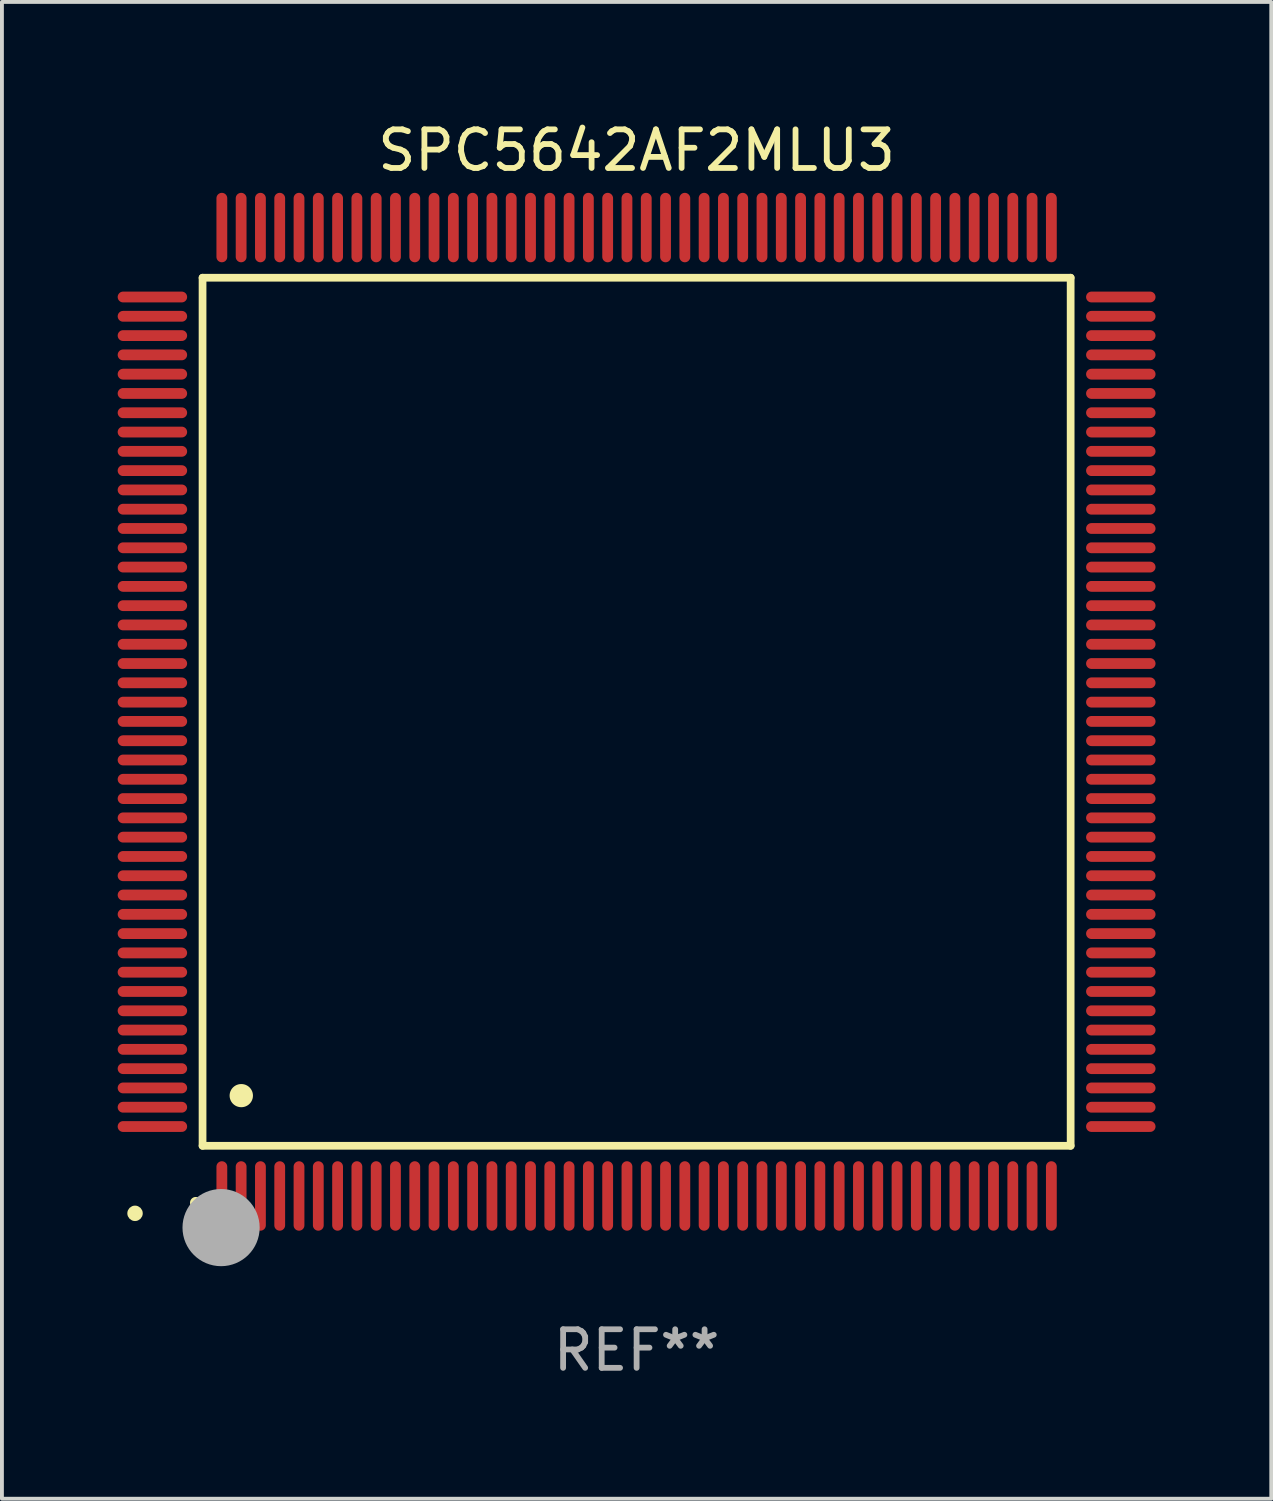
<source format=kicad_pcb>
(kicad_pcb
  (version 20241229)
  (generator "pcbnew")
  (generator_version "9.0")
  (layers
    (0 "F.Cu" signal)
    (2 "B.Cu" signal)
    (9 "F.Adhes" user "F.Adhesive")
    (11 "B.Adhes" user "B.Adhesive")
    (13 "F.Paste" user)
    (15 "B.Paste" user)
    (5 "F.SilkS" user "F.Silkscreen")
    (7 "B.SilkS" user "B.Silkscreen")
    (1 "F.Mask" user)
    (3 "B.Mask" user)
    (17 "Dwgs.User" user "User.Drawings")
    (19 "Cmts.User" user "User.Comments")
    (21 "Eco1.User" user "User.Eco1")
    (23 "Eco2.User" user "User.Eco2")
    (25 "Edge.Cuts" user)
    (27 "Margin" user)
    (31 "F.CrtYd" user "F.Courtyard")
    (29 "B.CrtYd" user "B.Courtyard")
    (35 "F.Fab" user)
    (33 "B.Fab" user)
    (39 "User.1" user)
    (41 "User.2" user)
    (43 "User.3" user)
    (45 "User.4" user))
  (footprint "SPC5642AF2MLU3"
    (layer "F.Cu")
    (at 13.45 15.398)
    (property "Reference" "SPC5642AF2MLU3" (at 0 -14.55 0) (layer "F.SilkS") (effects (font (size 1 1) (thickness 0.15))))
    (attr through_hole)
    (fp_line (start -11.25 -11.25) (end 11.25 -11.25) (stroke (width 0.2) (type solid)) (layer "F.SilkS"))
    (fp_line (start -11.25 11.25) (end -11.25 -11.25) (stroke (width 0.2) (type solid)) (layer "F.SilkS"))
    (fp_line (start 11.25 -11.25) (end 11.25 11.25) (stroke (width 0.2) (type solid)) (layer "F.SilkS"))
    (fp_line (start 11.25 11.25) (end -11.25 11.25) (stroke (width 0.2) (type solid)) (layer "F.SilkS"))
    (fp_arc (start -11.424943 12.725425) (mid -11.423673 12.72542) (end -11.422403 12.725425) (stroke (width 0.3) (type solid)) (layer "F.SilkS"))
    (fp_arc (start -10.24892 9.9492) (mid -10.24638 9.949189) (end -10.24384 9.9492) (stroke (width 0.6) (type solid)) (layer "F.SilkS"))
    (fp_circle (center -13 13) (end -12.9 13) (stroke (width 0.2) (type solid)) (fill no) (layer "F.SilkS"))
    (fp_circle (center -10.77 13.37) (end -10.27 13.37) (stroke (width 1) (type solid)) (fill no) (layer "F.Fab"))
    (fp_text user "REF**" (at 0 16.55 0) (layer "F.Fab") (effects (font (size 1 1) (thickness 0.15))))
    (pad "1" smd oval (at -10.75 12.55) (size 0.28 1.8) (layers "F.Cu" "F.Mask" "F.Paste"))
    (pad "2" smd oval (at -10.25 12.55) (size 0.28 1.8) (layers "F.Cu" "F.Mask" "F.Paste"))
    (pad "3" smd oval (at -9.75 12.55) (size 0.28 1.8) (layers "F.Cu" "F.Mask" "F.Paste"))
    (pad "4" smd oval (at -9.25 12.55) (size 0.28 1.8) (layers "F.Cu" "F.Mask" "F.Paste"))
    (pad "5" smd oval (at -8.75 12.55) (size 0.28 1.8) (layers "F.Cu" "F.Mask" "F.Paste"))
    (pad "6" smd oval (at -8.25 12.55) (size 0.28 1.8) (layers "F.Cu" "F.Mask" "F.Paste"))
    (pad "7" smd oval (at -7.75 12.55) (size 0.28 1.8) (layers "F.Cu" "F.Mask" "F.Paste"))
    (pad "8" smd oval (at -7.25 12.55) (size 0.28 1.8) (layers "F.Cu" "F.Mask" "F.Paste"))
    (pad "9" smd oval (at -6.75 12.55) (size 0.28 1.8) (layers "F.Cu" "F.Mask" "F.Paste"))
    (pad "10" smd oval (at -6.25 12.55) (size 0.28 1.8) (layers "F.Cu" "F.Mask" "F.Paste"))
    (pad "11" smd oval (at -5.75 12.55) (size 0.28 1.8) (layers "F.Cu" "F.Mask" "F.Paste"))
    (pad "12" smd oval (at -5.25 12.55) (size 0.28 1.8) (layers "F.Cu" "F.Mask" "F.Paste"))
    (pad "13" smd oval (at -4.75 12.55) (size 0.28 1.8) (layers "F.Cu" "F.Mask" "F.Paste"))
    (pad "14" smd oval (at -4.25 12.55) (size 0.28 1.8) (layers "F.Cu" "F.Mask" "F.Paste"))
    (pad "15" smd oval (at -3.75 12.55) (size 0.28 1.8) (layers "F.Cu" "F.Mask" "F.Paste"))
    (pad "16" smd oval (at -3.25 12.55) (size 0.28 1.8) (layers "F.Cu" "F.Mask" "F.Paste"))
    (pad "17" smd oval (at -2.75 12.55) (size 0.28 1.8) (layers "F.Cu" "F.Mask" "F.Paste"))
    (pad "18" smd oval (at -2.25 12.55) (size 0.28 1.8) (layers "F.Cu" "F.Mask" "F.Paste"))
    (pad "19" smd oval (at -1.75 12.55) (size 0.28 1.8) (layers "F.Cu" "F.Mask" "F.Paste"))
    (pad "20" smd oval (at -1.25 12.55) (size 0.28 1.8) (layers "F.Cu" "F.Mask" "F.Paste"))
    (pad "21" smd oval (at -0.75 12.55) (size 0.28 1.8) (layers "F.Cu" "F.Mask" "F.Paste"))
    (pad "22" smd oval (at -0.25 12.55) (size 0.28 1.8) (layers "F.Cu" "F.Mask" "F.Paste"))
    (pad "23" smd oval (at 0.25 12.55) (size 0.28 1.8) (layers "F.Cu" "F.Mask" "F.Paste"))
    (pad "24" smd oval (at 0.75 12.55) (size 0.28 1.8) (layers "F.Cu" "F.Mask" "F.Paste"))
    (pad "25" smd oval (at 1.25 12.55) (size 0.28 1.8) (layers "F.Cu" "F.Mask" "F.Paste"))
    (pad "26" smd oval (at 1.75 12.55) (size 0.28 1.8) (layers "F.Cu" "F.Mask" "F.Paste"))
    (pad "27" smd oval (at 2.25 12.55) (size 0.28 1.8) (layers "F.Cu" "F.Mask" "F.Paste"))
    (pad "28" smd oval (at 2.75 12.55) (size 0.28 1.8) (layers "F.Cu" "F.Mask" "F.Paste"))
    (pad "29" smd oval (at 3.25 12.55) (size 0.28 1.8) (layers "F.Cu" "F.Mask" "F.Paste"))
    (pad "30" smd oval (at 3.75 12.55) (size 0.28 1.8) (layers "F.Cu" "F.Mask" "F.Paste"))
    (pad "31" smd oval (at 4.25 12.55) (size 0.28 1.8) (layers "F.Cu" "F.Mask" "F.Paste"))
    (pad "32" smd oval (at 4.75 12.55) (size 0.28 1.8) (layers "F.Cu" "F.Mask" "F.Paste"))
    (pad "33" smd oval (at 5.25 12.55) (size 0.28 1.8) (layers "F.Cu" "F.Mask" "F.Paste"))
    (pad "34" smd oval (at 5.75 12.55) (size 0.28 1.8) (layers "F.Cu" "F.Mask" "F.Paste"))
    (pad "35" smd oval (at 6.25 12.55) (size 0.28 1.8) (layers "F.Cu" "F.Mask" "F.Paste"))
    (pad "36" smd oval (at 6.75 12.55) (size 0.28 1.8) (layers "F.Cu" "F.Mask" "F.Paste"))
    (pad "37" smd oval (at 7.25 12.55) (size 0.28 1.8) (layers "F.Cu" "F.Mask" "F.Paste"))
    (pad "38" smd oval (at 7.75 12.55) (size 0.28 1.8) (layers "F.Cu" "F.Mask" "F.Paste"))
    (pad "39" smd oval (at 8.25 12.55) (size 0.28 1.8) (layers "F.Cu" "F.Mask" "F.Paste"))
    (pad "40" smd oval (at 8.75 12.55) (size 0.28 1.8) (layers "F.Cu" "F.Mask" "F.Paste"))
    (pad "41" smd oval (at 9.25 12.55) (size 0.28 1.8) (layers "F.Cu" "F.Mask" "F.Paste"))
    (pad "42" smd oval (at 9.75 12.55) (size 0.28 1.8) (layers "F.Cu" "F.Mask" "F.Paste"))
    (pad "43" smd oval (at 10.25 12.55) (size 0.28 1.8) (layers "F.Cu" "F.Mask" "F.Paste"))
    (pad "44" smd oval (at 10.75 12.55) (size 0.28 1.8) (layers "F.Cu" "F.Mask" "F.Paste"))
    (pad "45" smd oval (at 12.55 10.75) (size 1.8 0.28) (layers "F.Cu" "F.Mask" "F.Paste"))
    (pad "46" smd oval (at 12.55 10.25) (size 1.8 0.28) (layers "F.Cu" "F.Mask" "F.Paste"))
    (pad "47" smd oval (at 12.55 9.75) (size 1.8 0.28) (layers "F.Cu" "F.Mask" "F.Paste"))
    (pad "48" smd oval (at 12.55 9.25) (size 1.8 0.28) (layers "F.Cu" "F.Mask" "F.Paste"))
    (pad "49" smd oval (at 12.55 8.75) (size 1.8 0.28) (layers "F.Cu" "F.Mask" "F.Paste"))
    (pad "50" smd oval (at 12.55 8.25) (size 1.8 0.28) (layers "F.Cu" "F.Mask" "F.Paste"))
    (pad "51" smd oval (at 12.55 7.75) (size 1.8 0.28) (layers "F.Cu" "F.Mask" "F.Paste"))
    (pad "52" smd oval (at 12.55 7.25) (size 1.8 0.28) (layers "F.Cu" "F.Mask" "F.Paste"))
    (pad "53" smd oval (at 12.55 6.75) (size 1.8 0.28) (layers "F.Cu" "F.Mask" "F.Paste"))
    (pad "54" smd oval (at 12.55 6.25) (size 1.8 0.28) (layers "F.Cu" "F.Mask" "F.Paste"))
    (pad "55" smd oval (at 12.55 5.75) (size 1.8 0.28) (layers "F.Cu" "F.Mask" "F.Paste"))
    (pad "56" smd oval (at 12.55 5.25) (size 1.8 0.28) (layers "F.Cu" "F.Mask" "F.Paste"))
    (pad "57" smd oval (at 12.55 4.75) (size 1.8 0.28) (layers "F.Cu" "F.Mask" "F.Paste"))
    (pad "58" smd oval (at 12.55 4.25) (size 1.8 0.28) (layers "F.Cu" "F.Mask" "F.Paste"))
    (pad "59" smd oval (at 12.55 3.75) (size 1.8 0.28) (layers "F.Cu" "F.Mask" "F.Paste"))
    (pad "60" smd oval (at 12.55 3.25) (size 1.8 0.28) (layers "F.Cu" "F.Mask" "F.Paste"))
    (pad "61" smd oval (at 12.55 2.75) (size 1.8 0.28) (layers "F.Cu" "F.Mask" "F.Paste"))
    (pad "62" smd oval (at 12.55 2.25) (size 1.8 0.28) (layers "F.Cu" "F.Mask" "F.Paste"))
    (pad "63" smd oval (at 12.55 1.75) (size 1.8 0.28) (layers "F.Cu" "F.Mask" "F.Paste"))
    (pad "64" smd oval (at 12.55 1.25) (size 1.8 0.28) (layers "F.Cu" "F.Mask" "F.Paste"))
    (pad "65" smd oval (at 12.55 0.75) (size 1.8 0.28) (layers "F.Cu" "F.Mask" "F.Paste"))
    (pad "66" smd oval (at 12.55 0.25) (size 1.8 0.28) (layers "F.Cu" "F.Mask" "F.Paste"))
    (pad "67" smd oval (at 12.55 -0.25) (size 1.8 0.28) (layers "F.Cu" "F.Mask" "F.Paste"))
    (pad "68" smd oval (at 12.55 -0.75) (size 1.8 0.28) (layers "F.Cu" "F.Mask" "F.Paste"))
    (pad "69" smd oval (at 12.55 -1.25) (size 1.8 0.28) (layers "F.Cu" "F.Mask" "F.Paste"))
    (pad "70" smd oval (at 12.55 -1.75) (size 1.8 0.28) (layers "F.Cu" "F.Mask" "F.Paste"))
    (pad "71" smd oval (at 12.55 -2.25) (size 1.8 0.28) (layers "F.Cu" "F.Mask" "F.Paste"))
    (pad "72" smd oval (at 12.55 -2.75) (size 1.8 0.28) (layers "F.Cu" "F.Mask" "F.Paste"))
    (pad "73" smd oval (at 12.55 -3.25) (size 1.8 0.28) (layers "F.Cu" "F.Mask" "F.Paste"))
    (pad "74" smd oval (at 12.55 -3.75) (size 1.8 0.28) (layers "F.Cu" "F.Mask" "F.Paste"))
    (pad "75" smd oval (at 12.55 -4.25) (size 1.8 0.28) (layers "F.Cu" "F.Mask" "F.Paste"))
    (pad "76" smd oval (at 12.55 -4.75) (size 1.8 0.28) (layers "F.Cu" "F.Mask" "F.Paste"))
    (pad "77" smd oval (at 12.55 -5.25) (size 1.8 0.28) (layers "F.Cu" "F.Mask" "F.Paste"))
    (pad "78" smd oval (at 12.55 -5.75) (size 1.8 0.28) (layers "F.Cu" "F.Mask" "F.Paste"))
    (pad "79" smd oval (at 12.55 -6.25) (size 1.8 0.28) (layers "F.Cu" "F.Mask" "F.Paste"))
    (pad "80" smd oval (at 12.55 -6.75) (size 1.8 0.28) (layers "F.Cu" "F.Mask" "F.Paste"))
    (pad "81" smd oval (at 12.55 -7.25) (size 1.8 0.28) (layers "F.Cu" "F.Mask" "F.Paste"))
    (pad "82" smd oval (at 12.55 -7.75) (size 1.8 0.28) (layers "F.Cu" "F.Mask" "F.Paste"))
    (pad "83" smd oval (at 12.55 -8.25) (size 1.8 0.28) (layers "F.Cu" "F.Mask" "F.Paste"))
    (pad "84" smd oval (at 12.55 -8.75) (size 1.8 0.28) (layers "F.Cu" "F.Mask" "F.Paste"))
    (pad "85" smd oval (at 12.55 -9.25) (size 1.8 0.28) (layers "F.Cu" "F.Mask" "F.Paste"))
    (pad "86" smd oval (at 12.55 -9.75) (size 1.8 0.28) (layers "F.Cu" "F.Mask" "F.Paste"))
    (pad "87" smd oval (at 12.55 -10.25) (size 1.8 0.28) (layers "F.Cu" "F.Mask" "F.Paste"))
    (pad "88" smd oval (at 12.55 -10.75) (size 1.8 0.28) (layers "F.Cu" "F.Mask" "F.Paste"))
    (pad "89" smd oval (at 10.75 -12.55) (size 0.28 1.8) (layers "F.Cu" "F.Mask" "F.Paste"))
    (pad "90" smd oval (at 10.25 -12.55) (size 0.28 1.8) (layers "F.Cu" "F.Mask" "F.Paste"))
    (pad "91" smd oval (at 9.75 -12.55) (size 0.28 1.8) (layers "F.Cu" "F.Mask" "F.Paste"))
    (pad "92" smd oval (at 9.25 -12.55) (size 0.28 1.8) (layers "F.Cu" "F.Mask" "F.Paste"))
    (pad "93" smd oval (at 8.75 -12.55) (size 0.28 1.8) (layers "F.Cu" "F.Mask" "F.Paste"))
    (pad "94" smd oval (at 8.25 -12.55) (size 0.28 1.8) (layers "F.Cu" "F.Mask" "F.Paste"))
    (pad "95" smd oval (at 7.75 -12.55) (size 0.28 1.8) (layers "F.Cu" "F.Mask" "F.Paste"))
    (pad "96" smd oval (at 7.25 -12.55) (size 0.28 1.8) (layers "F.Cu" "F.Mask" "F.Paste"))
    (pad "97" smd oval (at 6.75 -12.55) (size 0.28 1.8) (layers "F.Cu" "F.Mask" "F.Paste"))
    (pad "98" smd oval (at 6.25 -12.55) (size 0.28 1.8) (layers "F.Cu" "F.Mask" "F.Paste"))
    (pad "99" smd oval (at 5.75 -12.55) (size 0.28 1.8) (layers "F.Cu" "F.Mask" "F.Paste"))
    (pad "100" smd oval (at 5.25 -12.55) (size 0.28 1.8) (layers "F.Cu" "F.Mask" "F.Paste"))
    (pad "101" smd oval (at 4.75 -12.55) (size 0.28 1.8) (layers "F.Cu" "F.Mask" "F.Paste"))
    (pad "102" smd oval (at 4.25 -12.55) (size 0.28 1.8) (layers "F.Cu" "F.Mask" "F.Paste"))
    (pad "103" smd oval (at 3.75 -12.55) (size 0.28 1.8) (layers "F.Cu" "F.Mask" "F.Paste"))
    (pad "104" smd oval (at 3.25 -12.55) (size 0.28 1.8) (layers "F.Cu" "F.Mask" "F.Paste"))
    (pad "105" smd oval (at 2.75 -12.55) (size 0.28 1.8) (layers "F.Cu" "F.Mask" "F.Paste"))
    (pad "106" smd oval (at 2.25 -12.55) (size 0.28 1.8) (layers "F.Cu" "F.Mask" "F.Paste"))
    (pad "107" smd oval (at 1.75 -12.55) (size 0.28 1.8) (layers "F.Cu" "F.Mask" "F.Paste"))
    (pad "108" smd oval (at 1.25 -12.55) (size 0.28 1.8) (layers "F.Cu" "F.Mask" "F.Paste"))
    (pad "109" smd oval (at 0.75 -12.55) (size 0.28 1.8) (layers "F.Cu" "F.Mask" "F.Paste"))
    (pad "110" smd oval (at 0.25 -12.55) (size 0.28 1.8) (layers "F.Cu" "F.Mask" "F.Paste"))
    (pad "111" smd oval (at -0.25 -12.55) (size 0.28 1.8) (layers "F.Cu" "F.Mask" "F.Paste"))
    (pad "112" smd oval (at -0.75 -12.55) (size 0.28 1.8) (layers "F.Cu" "F.Mask" "F.Paste"))
    (pad "113" smd oval (at -1.25 -12.55) (size 0.28 1.8) (layers "F.Cu" "F.Mask" "F.Paste"))
    (pad "114" smd oval (at -1.75 -12.55) (size 0.28 1.8) (layers "F.Cu" "F.Mask" "F.Paste"))
    (pad "115" smd oval (at -2.25 -12.55) (size 0.28 1.8) (layers "F.Cu" "F.Mask" "F.Paste"))
    (pad "116" smd oval (at -2.75 -12.55) (size 0.28 1.8) (layers "F.Cu" "F.Mask" "F.Paste"))
    (pad "117" smd oval (at -3.25 -12.55) (size 0.28 1.8) (layers "F.Cu" "F.Mask" "F.Paste"))
    (pad "118" smd oval (at -3.75 -12.55) (size 0.28 1.8) (layers "F.Cu" "F.Mask" "F.Paste"))
    (pad "119" smd oval (at -4.25 -12.55) (size 0.28 1.8) (layers "F.Cu" "F.Mask" "F.Paste"))
    (pad "120" smd oval (at -4.75 -12.55) (size 0.28 1.8) (layers "F.Cu" "F.Mask" "F.Paste"))
    (pad "121" smd oval (at -5.25 -12.55) (size 0.28 1.8) (layers "F.Cu" "F.Mask" "F.Paste"))
    (pad "122" smd oval (at -5.75 -12.55) (size 0.28 1.8) (layers "F.Cu" "F.Mask" "F.Paste"))
    (pad "123" smd oval (at -6.25 -12.55) (size 0.28 1.8) (layers "F.Cu" "F.Mask" "F.Paste"))
    (pad "124" smd oval (at -6.75 -12.55) (size 0.28 1.8) (layers "F.Cu" "F.Mask" "F.Paste"))
    (pad "125" smd oval (at -7.25 -12.55) (size 0.28 1.8) (layers "F.Cu" "F.Mask" "F.Paste"))
    (pad "126" smd oval (at -7.75 -12.55) (size 0.28 1.8) (layers "F.Cu" "F.Mask" "F.Paste"))
    (pad "127" smd oval (at -8.25 -12.55) (size 0.28 1.8) (layers "F.Cu" "F.Mask" "F.Paste"))
    (pad "128" smd oval (at -8.75 -12.55) (size 0.28 1.8) (layers "F.Cu" "F.Mask" "F.Paste"))
    (pad "129" smd oval (at -9.25 -12.55) (size 0.28 1.8) (layers "F.Cu" "F.Mask" "F.Paste"))
    (pad "130" smd oval (at -9.75 -12.55) (size 0.28 1.8) (layers "F.Cu" "F.Mask" "F.Paste"))
    (pad "131" smd oval (at -10.25 -12.55) (size 0.28 1.8) (layers "F.Cu" "F.Mask" "F.Paste"))
    (pad "132" smd oval (at -10.75 -12.55) (size 0.28 1.8) (layers "F.Cu" "F.Mask" "F.Paste"))
    (pad "133" smd oval (at -12.55 -10.75) (size 1.8 0.28) (layers "F.Cu" "F.Mask" "F.Paste"))
    (pad "134" smd oval (at -12.55 -10.25) (size 1.8 0.28) (layers "F.Cu" "F.Mask" "F.Paste"))
    (pad "135" smd oval (at -12.55 -9.75) (size 1.8 0.28) (layers "F.Cu" "F.Mask" "F.Paste"))
    (pad "136" smd oval (at -12.55 -9.25) (size 1.8 0.28) (layers "F.Cu" "F.Mask" "F.Paste"))
    (pad "137" smd oval (at -12.55 -8.75) (size 1.8 0.28) (layers "F.Cu" "F.Mask" "F.Paste"))
    (pad "138" smd oval (at -12.55 -8.25) (size 1.8 0.28) (layers "F.Cu" "F.Mask" "F.Paste"))
    (pad "139" smd oval (at -12.55 -7.75) (size 1.8 0.28) (layers "F.Cu" "F.Mask" "F.Paste"))
    (pad "140" smd oval (at -12.55 -7.25) (size 1.8 0.28) (layers "F.Cu" "F.Mask" "F.Paste"))
    (pad "141" smd oval (at -12.55 -6.75) (size 1.8 0.28) (layers "F.Cu" "F.Mask" "F.Paste"))
    (pad "142" smd oval (at -12.55 -6.25) (size 1.8 0.28) (layers "F.Cu" "F.Mask" "F.Paste"))
    (pad "143" smd oval (at -12.55 -5.75) (size 1.8 0.28) (layers "F.Cu" "F.Mask" "F.Paste"))
    (pad "144" smd oval (at -12.55 -5.25) (size 1.8 0.28) (layers "F.Cu" "F.Mask" "F.Paste"))
    (pad "145" smd oval (at -12.55 -4.75) (size 1.8 0.28) (layers "F.Cu" "F.Mask" "F.Paste"))
    (pad "146" smd oval (at -12.55 -4.25) (size 1.8 0.28) (layers "F.Cu" "F.Mask" "F.Paste"))
    (pad "147" smd oval (at -12.55 -3.75) (size 1.8 0.28) (layers "F.Cu" "F.Mask" "F.Paste"))
    (pad "148" smd oval (at -12.55 -3.25) (size 1.8 0.28) (layers "F.Cu" "F.Mask" "F.Paste"))
    (pad "149" smd oval (at -12.55 -2.75) (size 1.8 0.28) (layers "F.Cu" "F.Mask" "F.Paste"))
    (pad "150" smd oval (at -12.55 -2.25) (size 1.8 0.28) (layers "F.Cu" "F.Mask" "F.Paste"))
    (pad "151" smd oval (at -12.55 -1.75) (size 1.8 0.28) (layers "F.Cu" "F.Mask" "F.Paste"))
    (pad "152" smd oval (at -12.55 -1.25) (size 1.8 0.28) (layers "F.Cu" "F.Mask" "F.Paste"))
    (pad "153" smd oval (at -12.55 -0.75) (size 1.8 0.28) (layers "F.Cu" "F.Mask" "F.Paste"))
    (pad "154" smd oval (at -12.55 -0.25) (size 1.8 0.28) (layers "F.Cu" "F.Mask" "F.Paste"))
    (pad "155" smd oval (at -12.55 0.25) (size 1.8 0.28) (layers "F.Cu" "F.Mask" "F.Paste"))
    (pad "156" smd oval (at -12.55 0.75) (size 1.8 0.28) (layers "F.Cu" "F.Mask" "F.Paste"))
    (pad "157" smd oval (at -12.55 1.25) (size 1.8 0.28) (layers "F.Cu" "F.Mask" "F.Paste"))
    (pad "158" smd oval (at -12.55 1.75) (size 1.8 0.28) (layers "F.Cu" "F.Mask" "F.Paste"))
    (pad "159" smd oval (at -12.55 2.25) (size 1.8 0.28) (layers "F.Cu" "F.Mask" "F.Paste"))
    (pad "160" smd oval (at -12.55 2.75) (size 1.8 0.28) (layers "F.Cu" "F.Mask" "F.Paste"))
    (pad "161" smd oval (at -12.55 3.25) (size 1.8 0.28) (layers "F.Cu" "F.Mask" "F.Paste"))
    (pad "162" smd oval (at -12.55 3.75) (size 1.8 0.28) (layers "F.Cu" "F.Mask" "F.Paste"))
    (pad "163" smd oval (at -12.55 4.25) (size 1.8 0.28) (layers "F.Cu" "F.Mask" "F.Paste"))
    (pad "164" smd oval (at -12.55 4.75) (size 1.8 0.28) (layers "F.Cu" "F.Mask" "F.Paste"))
    (pad "165" smd oval (at -12.55 5.25) (size 1.8 0.28) (layers "F.Cu" "F.Mask" "F.Paste"))
    (pad "166" smd oval (at -12.55 5.75) (size 1.8 0.28) (layers "F.Cu" "F.Mask" "F.Paste"))
    (pad "167" smd oval (at -12.55 6.25) (size 1.8 0.28) (layers "F.Cu" "F.Mask" "F.Paste"))
    (pad "168" smd oval (at -12.55 6.75) (size 1.8 0.28) (layers "F.Cu" "F.Mask" "F.Paste"))
    (pad "169" smd oval (at -12.55 7.25) (size 1.8 0.28) (layers "F.Cu" "F.Mask" "F.Paste"))
    (pad "170" smd oval (at -12.55 7.75) (size 1.8 0.28) (layers "F.Cu" "F.Mask" "F.Paste"))
    (pad "171" smd oval (at -12.55 8.25) (size 1.8 0.28) (layers "F.Cu" "F.Mask" "F.Paste"))
    (pad "172" smd oval (at -12.55 8.75) (size 1.8 0.28) (layers "F.Cu" "F.Mask" "F.Paste"))
    (pad "173" smd oval (at -12.55 9.25) (size 1.8 0.28) (layers "F.Cu" "F.Mask" "F.Paste"))
    (pad "174" smd oval (at -12.55 9.75) (size 1.8 0.28) (layers "F.Cu" "F.Mask" "F.Paste"))
    (pad "175" smd oval (at -12.55 10.25) (size 1.8 0.28) (layers "F.Cu" "F.Mask" "F.Paste"))
    (pad "176" smd oval (at -12.55 10.75) (size 1.8 0.28) (layers "F.Cu" "F.Mask" "F.Paste")))
  (gr_rect
    (start -3 -3)
    (end 29.9 35.796)
    (stroke (width 0.1) (type default))
    (fill no)
    (layer "Edge.Cuts")))
</source>
